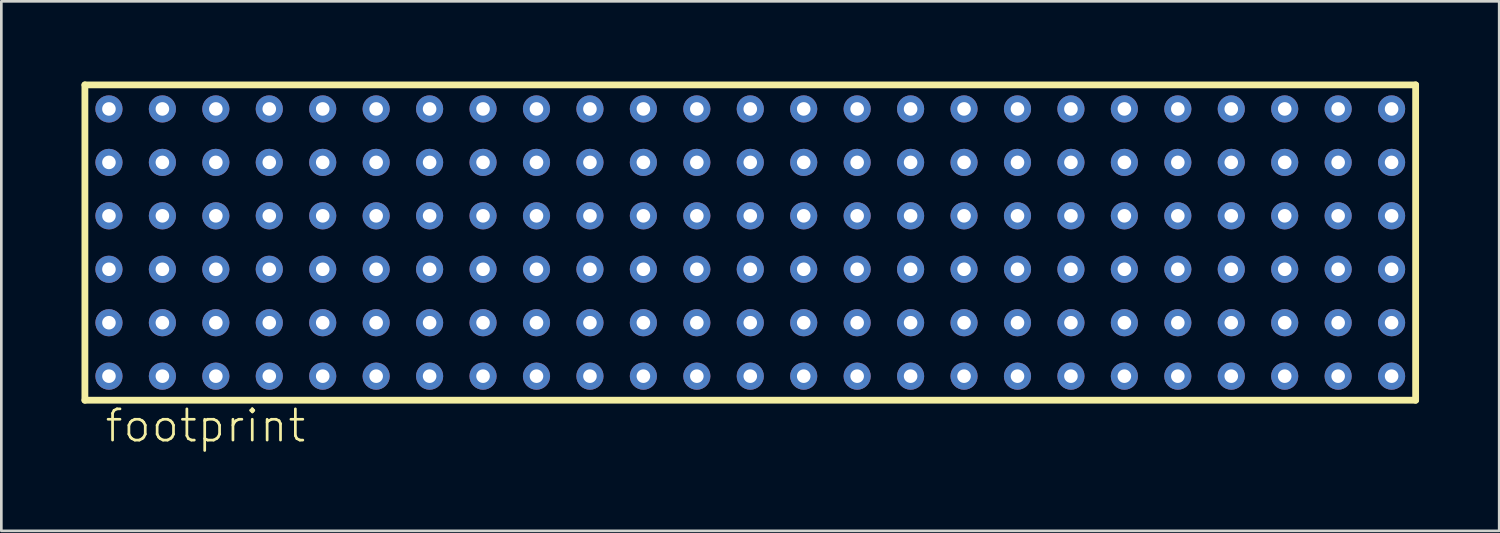
<source format=kicad_pcb>
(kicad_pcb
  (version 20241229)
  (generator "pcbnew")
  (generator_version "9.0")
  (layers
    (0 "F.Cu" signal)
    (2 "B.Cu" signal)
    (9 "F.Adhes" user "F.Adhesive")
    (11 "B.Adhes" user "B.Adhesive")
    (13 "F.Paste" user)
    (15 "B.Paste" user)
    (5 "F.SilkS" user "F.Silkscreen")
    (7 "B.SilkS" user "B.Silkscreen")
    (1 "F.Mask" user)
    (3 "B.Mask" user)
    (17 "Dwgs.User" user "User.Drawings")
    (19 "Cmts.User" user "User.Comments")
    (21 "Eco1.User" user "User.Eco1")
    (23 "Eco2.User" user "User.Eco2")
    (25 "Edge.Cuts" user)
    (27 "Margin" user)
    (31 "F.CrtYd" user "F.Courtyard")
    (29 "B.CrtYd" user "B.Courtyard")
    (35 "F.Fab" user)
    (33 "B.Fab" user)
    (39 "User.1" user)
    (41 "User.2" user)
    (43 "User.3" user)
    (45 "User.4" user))
  (footprint "footprint"
    (layer "F.Cu")
    (at 25.027 6.027)
    (property "Reference" "footprint" (at -24.21 7.54 0) (layer "F.SilkS") (effects (font (size 1.168 1.168) (thickness 0.102)) (justify left bottom)))
    (fp_line (start -24.9 -5.9) (end -24.9 5.9) (stroke (width 0.254) (type solid)) (layer "F.SilkS"))
    (fp_line (start -24.9 5.9) (end 24.9 5.9) (stroke (width 0.254) (type solid)) (layer "F.SilkS"))
    (fp_line (start 24.9 -5.9) (end -24.9 -5.9) (stroke (width 0.254) (type solid)) (layer "F.SilkS"))
    (fp_line (start 24.9 5.9) (end 24.9 -5.9) (stroke (width 0.254) (type solid)) (layer "F.SilkS"))
    (pad "A1" thru_hole circle (at -24 5) (size 1.016 1.016) (drill 0.508) (layers "*.Cu" "*.Mask"))
    (pad "A2" thru_hole circle (at -22 5) (size 1.016 1.016) (drill 0.508) (layers "*.Cu" "*.Mask"))
    (pad "A3" thru_hole circle (at -20 5) (size 1.016 1.016) (drill 0.508) (layers "*.Cu" "*.Mask"))
    (pad "A4" thru_hole circle (at -18 5) (size 1.016 1.016) (drill 0.508) (layers "*.Cu" "*.Mask"))
    (pad "A5" thru_hole circle (at -16 5) (size 1.016 1.016) (drill 0.508) (layers "*.Cu" "*.Mask"))
    (pad "A6" thru_hole circle (at -14 5) (size 1.016 1.016) (drill 0.508) (layers "*.Cu" "*.Mask"))
    (pad "A7" thru_hole circle (at -12 5) (size 1.016 1.016) (drill 0.508) (layers "*.Cu" "*.Mask"))
    (pad "A8" thru_hole circle (at -10 5) (size 1.016 1.016) (drill 0.508) (layers "*.Cu" "*.Mask"))
    (pad "A9" thru_hole circle (at -8 5) (size 1.016 1.016) (drill 0.508) (layers "*.Cu" "*.Mask"))
    (pad "A10" thru_hole circle (at -6 5) (size 1.016 1.016) (drill 0.508) (layers "*.Cu" "*.Mask"))
    (pad "A11" thru_hole circle (at -4 5) (size 1.016 1.016) (drill 0.508) (layers "*.Cu" "*.Mask"))
    (pad "A12" thru_hole circle (at -2 5) (size 1.016 1.016) (drill 0.508) (layers "*.Cu" "*.Mask"))
    (pad "A13" thru_hole circle (at 0 5) (size 1.016 1.016) (drill 0.508) (layers "*.Cu" "*.Mask"))
    (pad "A14" thru_hole circle (at 2 5) (size 1.016 1.016) (drill 0.508) (layers "*.Cu" "*.Mask"))
    (pad "A15" thru_hole circle (at 4 5) (size 1.016 1.016) (drill 0.508) (layers "*.Cu" "*.Mask"))
    (pad "A16" thru_hole circle (at 6 5) (size 1.016 1.016) (drill 0.508) (layers "*.Cu" "*.Mask"))
    (pad "A17" thru_hole circle (at 8 5) (size 1.016 1.016) (drill 0.508) (layers "*.Cu" "*.Mask"))
    (pad "A18" thru_hole circle (at 10 5) (size 1.016 1.016) (drill 0.508) (layers "*.Cu" "*.Mask"))
    (pad "A19" thru_hole circle (at 12 5) (size 1.016 1.016) (drill 0.508) (layers "*.Cu" "*.Mask"))
    (pad "A20" thru_hole circle (at 14 5) (size 1.016 1.016) (drill 0.508) (layers "*.Cu" "*.Mask"))
    (pad "A21" thru_hole circle (at 16 5) (size 1.016 1.016) (drill 0.508) (layers "*.Cu" "*.Mask"))
    (pad "A22" thru_hole circle (at 18 5) (size 1.016 1.016) (drill 0.508) (layers "*.Cu" "*.Mask"))
    (pad "A23" thru_hole circle (at 20 5) (size 1.016 1.016) (drill 0.508) (layers "*.Cu" "*.Mask"))
    (pad "A24" thru_hole circle (at 22 5) (size 1.016 1.016) (drill 0.508) (layers "*.Cu" "*.Mask"))
    (pad "A25" thru_hole circle (at 24 5) (size 1.016 1.016) (drill 0.508) (layers "*.Cu" "*.Mask"))
    (pad "B1" thru_hole circle (at -24 3) (size 1.016 1.016) (drill 0.508) (layers "*.Cu" "*.Mask"))
    (pad "B2" thru_hole circle (at -22 3) (size 1.016 1.016) (drill 0.508) (layers "*.Cu" "*.Mask"))
    (pad "B3" thru_hole circle (at -20 3) (size 1.016 1.016) (drill 0.508) (layers "*.Cu" "*.Mask"))
    (pad "B4" thru_hole circle (at -18 3) (size 1.016 1.016) (drill 0.508) (layers "*.Cu" "*.Mask"))
    (pad "B5" thru_hole circle (at -16 3) (size 1.016 1.016) (drill 0.508) (layers "*.Cu" "*.Mask"))
    (pad "B6" thru_hole circle (at -14 3) (size 1.016 1.016) (drill 0.508) (layers "*.Cu" "*.Mask"))
    (pad "B7" thru_hole circle (at -12 3) (size 1.016 1.016) (drill 0.508) (layers "*.Cu" "*.Mask"))
    (pad "B8" thru_hole circle (at -10 3) (size 1.016 1.016) (drill 0.508) (layers "*.Cu" "*.Mask"))
    (pad "B9" thru_hole circle (at -8 3) (size 1.016 1.016) (drill 0.508) (layers "*.Cu" "*.Mask"))
    (pad "B10" thru_hole circle (at -6 3) (size 1.016 1.016) (drill 0.508) (layers "*.Cu" "*.Mask"))
    (pad "B11" thru_hole circle (at -4 3) (size 1.016 1.016) (drill 0.508) (layers "*.Cu" "*.Mask"))
    (pad "B12" thru_hole circle (at -2 3) (size 1.016 1.016) (drill 0.508) (layers "*.Cu" "*.Mask"))
    (pad "B13" thru_hole circle (at 0 3) (size 1.016 1.016) (drill 0.508) (layers "*.Cu" "*.Mask"))
    (pad "B14" thru_hole circle (at 2 3) (size 1.016 1.016) (drill 0.508) (layers "*.Cu" "*.Mask"))
    (pad "B15" thru_hole circle (at 4 3) (size 1.016 1.016) (drill 0.508) (layers "*.Cu" "*.Mask"))
    (pad "B16" thru_hole circle (at 6 3) (size 1.016 1.016) (drill 0.508) (layers "*.Cu" "*.Mask"))
    (pad "B17" thru_hole circle (at 8 3) (size 1.016 1.016) (drill 0.508) (layers "*.Cu" "*.Mask"))
    (pad "B18" thru_hole circle (at 10 3) (size 1.016 1.016) (drill 0.508) (layers "*.Cu" "*.Mask"))
    (pad "B19" thru_hole circle (at 12 3) (size 1.016 1.016) (drill 0.508) (layers "*.Cu" "*.Mask"))
    (pad "B20" thru_hole circle (at 14 3) (size 1.016 1.016) (drill 0.508) (layers "*.Cu" "*.Mask"))
    (pad "B21" thru_hole circle (at 16 3) (size 1.016 1.016) (drill 0.508) (layers "*.Cu" "*.Mask"))
    (pad "B22" thru_hole circle (at 18 3) (size 1.016 1.016) (drill 0.508) (layers "*.Cu" "*.Mask"))
    (pad "B23" thru_hole circle (at 20 3) (size 1.016 1.016) (drill 0.508) (layers "*.Cu" "*.Mask"))
    (pad "B24" thru_hole circle (at 22 3) (size 1.016 1.016) (drill 0.508) (layers "*.Cu" "*.Mask"))
    (pad "B25" thru_hole circle (at 24 3) (size 1.016 1.016) (drill 0.508) (layers "*.Cu" "*.Mask"))
    (pad "C1" thru_hole circle (at -24 1) (size 1.016 1.016) (drill 0.508) (layers "*.Cu" "*.Mask"))
    (pad "C2" thru_hole circle (at -22 1) (size 1.016 1.016) (drill 0.508) (layers "*.Cu" "*.Mask"))
    (pad "C3" thru_hole circle (at -20 1) (size 1.016 1.016) (drill 0.508) (layers "*.Cu" "*.Mask"))
    (pad "C4" thru_hole circle (at -18 1) (size 1.016 1.016) (drill 0.508) (layers "*.Cu" "*.Mask"))
    (pad "C5" thru_hole circle (at -16 1) (size 1.016 1.016) (drill 0.508) (layers "*.Cu" "*.Mask"))
    (pad "C6" thru_hole circle (at -14 1) (size 1.016 1.016) (drill 0.508) (layers "*.Cu" "*.Mask"))
    (pad "C7" thru_hole circle (at -12 1) (size 1.016 1.016) (drill 0.508) (layers "*.Cu" "*.Mask"))
    (pad "C8" thru_hole circle (at -10 1) (size 1.016 1.016) (drill 0.508) (layers "*.Cu" "*.Mask"))
    (pad "C9" thru_hole circle (at -8 1) (size 1.016 1.016) (drill 0.508) (layers "*.Cu" "*.Mask"))
    (pad "C10" thru_hole circle (at -6 1) (size 1.016 1.016) (drill 0.508) (layers "*.Cu" "*.Mask"))
    (pad "C11" thru_hole circle (at -4 1) (size 1.016 1.016) (drill 0.508) (layers "*.Cu" "*.Mask"))
    (pad "C12" thru_hole circle (at -2 1) (size 1.016 1.016) (drill 0.508) (layers "*.Cu" "*.Mask"))
    (pad "C13" thru_hole circle (at 0 1) (size 1.016 1.016) (drill 0.508) (layers "*.Cu" "*.Mask"))
    (pad "C14" thru_hole circle (at 2 1) (size 1.016 1.016) (drill 0.508) (layers "*.Cu" "*.Mask"))
    (pad "C15" thru_hole circle (at 4 1) (size 1.016 1.016) (drill 0.508) (layers "*.Cu" "*.Mask"))
    (pad "C16" thru_hole circle (at 6 1) (size 1.016 1.016) (drill 0.508) (layers "*.Cu" "*.Mask"))
    (pad "C17" thru_hole circle (at 8 1) (size 1.016 1.016) (drill 0.508) (layers "*.Cu" "*.Mask"))
    (pad "C18" thru_hole circle (at 10 1) (size 1.016 1.016) (drill 0.508) (layers "*.Cu" "*.Mask"))
    (pad "C19" thru_hole circle (at 12 1) (size 1.016 1.016) (drill 0.508) (layers "*.Cu" "*.Mask"))
    (pad "C20" thru_hole circle (at 14 1) (size 1.016 1.016) (drill 0.508) (layers "*.Cu" "*.Mask"))
    (pad "C21" thru_hole circle (at 16 1) (size 1.016 1.016) (drill 0.508) (layers "*.Cu" "*.Mask"))
    (pad "C22" thru_hole circle (at 18 1) (size 1.016 1.016) (drill 0.508) (layers "*.Cu" "*.Mask"))
    (pad "C23" thru_hole circle (at 20 1) (size 1.016 1.016) (drill 0.508) (layers "*.Cu" "*.Mask"))
    (pad "C24" thru_hole circle (at 22 1) (size 1.016 1.016) (drill 0.508) (layers "*.Cu" "*.Mask"))
    (pad "C25" thru_hole circle (at 24 1) (size 1.016 1.016) (drill 0.508) (layers "*.Cu" "*.Mask"))
    (pad "D1" thru_hole circle (at -24 -1) (size 1.016 1.016) (drill 0.508) (layers "*.Cu" "*.Mask"))
    (pad "D2" thru_hole circle (at -22 -1) (size 1.016 1.016) (drill 0.508) (layers "*.Cu" "*.Mask"))
    (pad "D3" thru_hole circle (at -20 -1) (size 1.016 1.016) (drill 0.508) (layers "*.Cu" "*.Mask"))
    (pad "D4" thru_hole circle (at -18 -1) (size 1.016 1.016) (drill 0.508) (layers "*.Cu" "*.Mask"))
    (pad "D5" thru_hole circle (at -16 -1) (size 1.016 1.016) (drill 0.508) (layers "*.Cu" "*.Mask"))
    (pad "D6" thru_hole circle (at -14 -1) (size 1.016 1.016) (drill 0.508) (layers "*.Cu" "*.Mask"))
    (pad "D7" thru_hole circle (at -12 -1) (size 1.016 1.016) (drill 0.508) (layers "*.Cu" "*.Mask"))
    (pad "D8" thru_hole circle (at -10 -1) (size 1.016 1.016) (drill 0.508) (layers "*.Cu" "*.Mask"))
    (pad "D9" thru_hole circle (at -8 -1) (size 1.016 1.016) (drill 0.508) (layers "*.Cu" "*.Mask"))
    (pad "D10" thru_hole circle (at -6 -1) (size 1.016 1.016) (drill 0.508) (layers "*.Cu" "*.Mask"))
    (pad "D11" thru_hole circle (at -4 -1) (size 1.016 1.016) (drill 0.508) (layers "*.Cu" "*.Mask"))
    (pad "D12" thru_hole circle (at -2 -1) (size 1.016 1.016) (drill 0.508) (layers "*.Cu" "*.Mask"))
    (pad "D13" thru_hole circle (at 0 -1) (size 1.016 1.016) (drill 0.508) (layers "*.Cu" "*.Mask"))
    (pad "D14" thru_hole circle (at 2 -1) (size 1.016 1.016) (drill 0.508) (layers "*.Cu" "*.Mask"))
    (pad "D15" thru_hole circle (at 4 -1) (size 1.016 1.016) (drill 0.508) (layers "*.Cu" "*.Mask"))
    (pad "D16" thru_hole circle (at 6 -1) (size 1.016 1.016) (drill 0.508) (layers "*.Cu" "*.Mask"))
    (pad "D17" thru_hole circle (at 8 -1) (size 1.016 1.016) (drill 0.508) (layers "*.Cu" "*.Mask"))
    (pad "D18" thru_hole circle (at 10 -1) (size 1.016 1.016) (drill 0.508) (layers "*.Cu" "*.Mask"))
    (pad "D19" thru_hole circle (at 12 -1) (size 1.016 1.016) (drill 0.508) (layers "*.Cu" "*.Mask"))
    (pad "D20" thru_hole circle (at 14 -1) (size 1.016 1.016) (drill 0.508) (layers "*.Cu" "*.Mask"))
    (pad "D21" thru_hole circle (at 16 -1) (size 1.016 1.016) (drill 0.508) (layers "*.Cu" "*.Mask"))
    (pad "D22" thru_hole circle (at 18 -1) (size 1.016 1.016) (drill 0.508) (layers "*.Cu" "*.Mask"))
    (pad "D23" thru_hole circle (at 20 -1) (size 1.016 1.016) (drill 0.508) (layers "*.Cu" "*.Mask"))
    (pad "D24" thru_hole circle (at 22 -1) (size 1.016 1.016) (drill 0.508) (layers "*.Cu" "*.Mask"))
    (pad "D25" thru_hole circle (at 24 -1) (size 1.016 1.016) (drill 0.508) (layers "*.Cu" "*.Mask"))
    (pad "E1" thru_hole circle (at -24 -3) (size 1.016 1.016) (drill 0.508) (layers "*.Cu" "*.Mask"))
    (pad "E2" thru_hole circle (at -22 -3) (size 1.016 1.016) (drill 0.508) (layers "*.Cu" "*.Mask"))
    (pad "E3" thru_hole circle (at -20 -3) (size 1.016 1.016) (drill 0.508) (layers "*.Cu" "*.Mask"))
    (pad "E4" thru_hole circle (at -18 -3) (size 1.016 1.016) (drill 0.508) (layers "*.Cu" "*.Mask"))
    (pad "E5" thru_hole circle (at -16 -3) (size 1.016 1.016) (drill 0.508) (layers "*.Cu" "*.Mask"))
    (pad "E6" thru_hole circle (at -14 -3) (size 1.016 1.016) (drill 0.508) (layers "*.Cu" "*.Mask"))
    (pad "E7" thru_hole circle (at -12 -3) (size 1.016 1.016) (drill 0.508) (layers "*.Cu" "*.Mask"))
    (pad "E8" thru_hole circle (at -10 -3) (size 1.016 1.016) (drill 0.508) (layers "*.Cu" "*.Mask"))
    (pad "E9" thru_hole circle (at -8 -3) (size 1.016 1.016) (drill 0.508) (layers "*.Cu" "*.Mask"))
    (pad "E10" thru_hole circle (at -6 -3) (size 1.016 1.016) (drill 0.508) (layers "*.Cu" "*.Mask"))
    (pad "E11" thru_hole circle (at -4 -3) (size 1.016 1.016) (drill 0.508) (layers "*.Cu" "*.Mask"))
    (pad "E12" thru_hole circle (at -2 -3) (size 1.016 1.016) (drill 0.508) (layers "*.Cu" "*.Mask"))
    (pad "E13" thru_hole circle (at 0 -3) (size 1.016 1.016) (drill 0.508) (layers "*.Cu" "*.Mask"))
    (pad "E14" thru_hole circle (at 2 -3) (size 1.016 1.016) (drill 0.508) (layers "*.Cu" "*.Mask"))
    (pad "E15" thru_hole circle (at 4 -3) (size 1.016 1.016) (drill 0.508) (layers "*.Cu" "*.Mask"))
    (pad "E16" thru_hole circle (at 6 -3) (size 1.016 1.016) (drill 0.508) (layers "*.Cu" "*.Mask"))
    (pad "E17" thru_hole circle (at 8 -3) (size 1.016 1.016) (drill 0.508) (layers "*.Cu" "*.Mask"))
    (pad "E18" thru_hole circle (at 10 -3) (size 1.016 1.016) (drill 0.508) (layers "*.Cu" "*.Mask"))
    (pad "E19" thru_hole circle (at 12 -3) (size 1.016 1.016) (drill 0.508) (layers "*.Cu" "*.Mask"))
    (pad "E20" thru_hole circle (at 14 -3) (size 1.016 1.016) (drill 0.508) (layers "*.Cu" "*.Mask"))
    (pad "E21" thru_hole circle (at 16 -3) (size 1.016 1.016) (drill 0.508) (layers "*.Cu" "*.Mask"))
    (pad "E22" thru_hole circle (at 18 -3) (size 1.016 1.016) (drill 0.508) (layers "*.Cu" "*.Mask"))
    (pad "E23" thru_hole circle (at 20 -3) (size 1.016 1.016) (drill 0.508) (layers "*.Cu" "*.Mask"))
    (pad "E24" thru_hole circle (at 22 -3) (size 1.016 1.016) (drill 0.508) (layers "*.Cu" "*.Mask"))
    (pad "E25" thru_hole circle (at 24 -3) (size 1.016 1.016) (drill 0.508) (layers "*.Cu" "*.Mask"))
    (pad "F1" thru_hole circle (at -24 -5) (size 1.016 1.016) (drill 0.508) (layers "*.Cu" "*.Mask"))
    (pad "F2" thru_hole circle (at -22 -5) (size 1.016 1.016) (drill 0.508) (layers "*.Cu" "*.Mask"))
    (pad "F3" thru_hole circle (at -20 -5) (size 1.016 1.016) (drill 0.508) (layers "*.Cu" "*.Mask"))
    (pad "F4" thru_hole circle (at -18 -5) (size 1.016 1.016) (drill 0.508) (layers "*.Cu" "*.Mask"))
    (pad "F5" thru_hole circle (at -16 -5) (size 1.016 1.016) (drill 0.508) (layers "*.Cu" "*.Mask"))
    (pad "F6" thru_hole circle (at -14 -5) (size 1.016 1.016) (drill 0.508) (layers "*.Cu" "*.Mask"))
    (pad "F7" thru_hole circle (at -12 -5) (size 1.016 1.016) (drill 0.508) (layers "*.Cu" "*.Mask"))
    (pad "F8" thru_hole circle (at -10 -5) (size 1.016 1.016) (drill 0.508) (layers "*.Cu" "*.Mask"))
    (pad "F9" thru_hole circle (at -8 -5) (size 1.016 1.016) (drill 0.508) (layers "*.Cu" "*.Mask"))
    (pad "F10" thru_hole circle (at -6 -5) (size 1.016 1.016) (drill 0.508) (layers "*.Cu" "*.Mask"))
    (pad "F11" thru_hole circle (at -4 -5) (size 1.016 1.016) (drill 0.508) (layers "*.Cu" "*.Mask"))
    (pad "F12" thru_hole circle (at -2 -5) (size 1.016 1.016) (drill 0.508) (layers "*.Cu" "*.Mask"))
    (pad "F13" thru_hole circle (at 0 -5) (size 1.016 1.016) (drill 0.508) (layers "*.Cu" "*.Mask"))
    (pad "F14" thru_hole circle (at 2 -5) (size 1.016 1.016) (drill 0.508) (layers "*.Cu" "*.Mask"))
    (pad "F15" thru_hole circle (at 4 -5) (size 1.016 1.016) (drill 0.508) (layers "*.Cu" "*.Mask"))
    (pad "F16" thru_hole circle (at 6 -5) (size 1.016 1.016) (drill 0.508) (layers "*.Cu" "*.Mask"))
    (pad "F17" thru_hole circle (at 8 -5) (size 1.016 1.016) (drill 0.508) (layers "*.Cu" "*.Mask"))
    (pad "F18" thru_hole circle (at 10 -5) (size 1.016 1.016) (drill 0.508) (layers "*.Cu" "*.Mask"))
    (pad "F19" thru_hole circle (at 12 -5) (size 1.016 1.016) (drill 0.508) (layers "*.Cu" "*.Mask"))
    (pad "F20" thru_hole circle (at 14 -5) (size 1.016 1.016) (drill 0.508) (layers "*.Cu" "*.Mask"))
    (pad "F21" thru_hole circle (at 16 -5) (size 1.016 1.016) (drill 0.508) (layers "*.Cu" "*.Mask"))
    (pad "F22" thru_hole circle (at 18 -5) (size 1.016 1.016) (drill 0.508) (layers "*.Cu" "*.Mask"))
    (pad "F23" thru_hole circle (at 20 -5) (size 1.016 1.016) (drill 0.508) (layers "*.Cu" "*.Mask"))
    (pad "F24" thru_hole circle (at 22 -5) (size 1.016 1.016) (drill 0.508) (layers "*.Cu" "*.Mask"))
    (pad "F25" thru_hole circle (at 24 -5) (size 1.016 1.016) (drill 0.508) (layers "*.Cu" "*.Mask")))
  (gr_rect
    (start -3 -3)
    (end 53.054 16.817)
    (stroke (width 0.1) (type default))
    (fill no)
    (layer "Edge.Cuts")))
</source>
